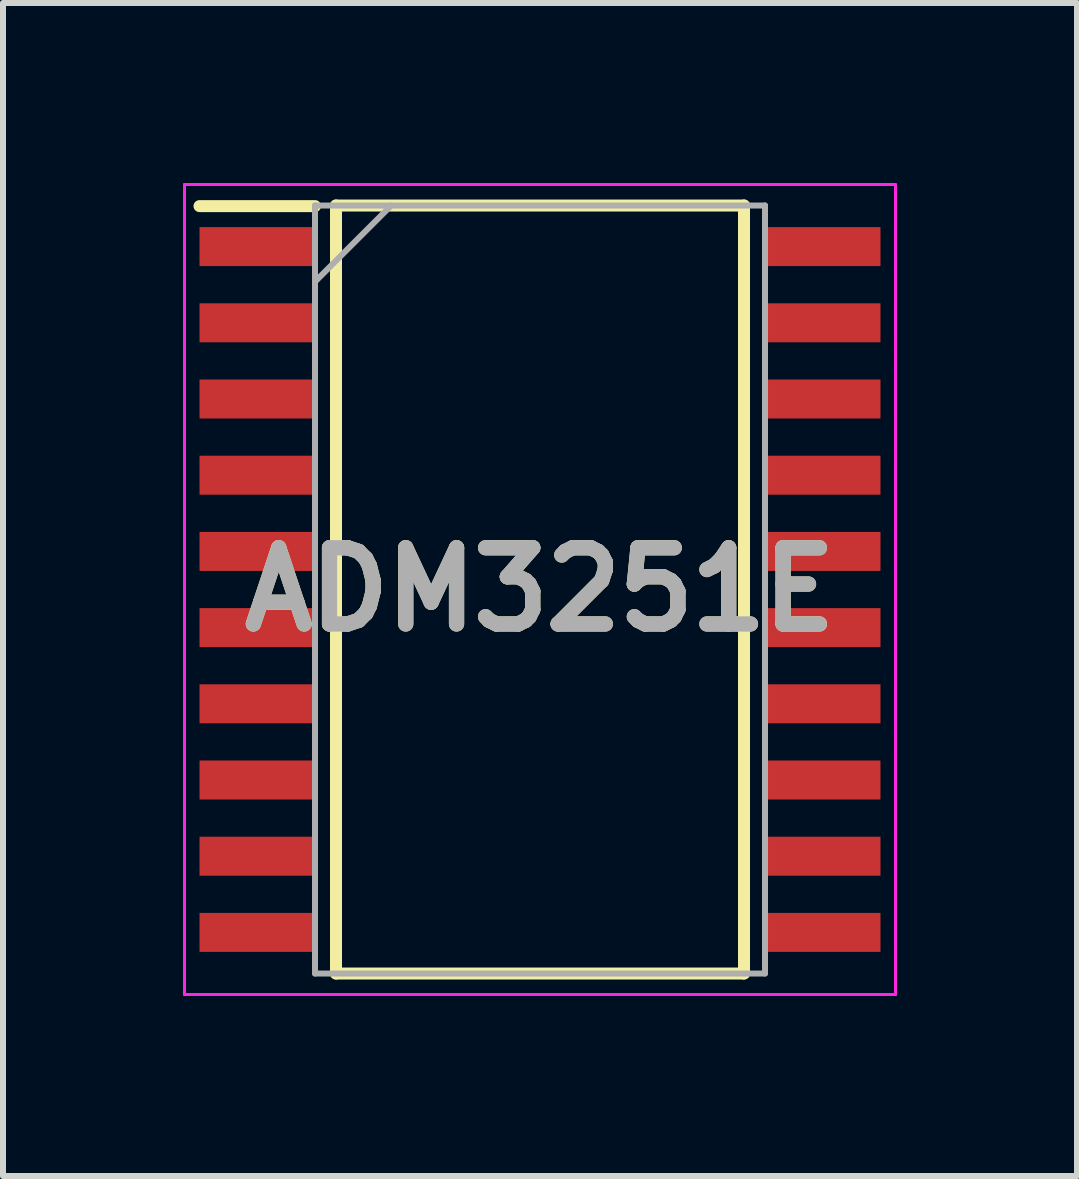
<source format=kicad_pcb>
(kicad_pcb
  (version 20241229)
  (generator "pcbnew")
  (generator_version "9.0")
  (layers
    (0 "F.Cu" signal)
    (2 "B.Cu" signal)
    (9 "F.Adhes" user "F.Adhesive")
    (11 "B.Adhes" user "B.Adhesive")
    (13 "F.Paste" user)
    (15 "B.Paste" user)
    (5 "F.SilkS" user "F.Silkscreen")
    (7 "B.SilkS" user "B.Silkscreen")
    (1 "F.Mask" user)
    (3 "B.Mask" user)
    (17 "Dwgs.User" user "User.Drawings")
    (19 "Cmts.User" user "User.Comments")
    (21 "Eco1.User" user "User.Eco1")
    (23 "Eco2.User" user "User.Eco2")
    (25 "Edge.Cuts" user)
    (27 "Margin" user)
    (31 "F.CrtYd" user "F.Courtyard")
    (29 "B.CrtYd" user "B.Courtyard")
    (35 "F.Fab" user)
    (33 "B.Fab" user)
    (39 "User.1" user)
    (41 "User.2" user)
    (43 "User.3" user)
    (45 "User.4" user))
  (footprint "ADM3251E"
    (layer "F.Cu")
    (at 5.95 6.775)
    (property "Reference" "ADM3251E" (at 0 0 0) (layer "F.SilkS") (effects (font (size 1.27 1.27) (thickness 0.254))))
    (attr smd)
    (fp_line (start -5.675 -6.39) (end -3.75 -6.39) (stroke (width 0.2) (type solid)) (layer "F.SilkS"))
    (fp_line (start -3.4 -6.4) (end 3.4 -6.4) (stroke (width 0.2) (type solid)) (layer "F.SilkS"))
    (fp_line (start -3.4 6.4) (end -3.4 -6.4) (stroke (width 0.2) (type solid)) (layer "F.SilkS"))
    (fp_line (start 3.4 -6.4) (end 3.4 6.4) (stroke (width 0.2) (type solid)) (layer "F.SilkS"))
    (fp_line (start 3.4 6.4) (end -3.4 6.4) (stroke (width 0.2) (type solid)) (layer "F.SilkS"))
    (fp_line (start -5.925 -6.75) (end 5.925 -6.75) (stroke (width 0.05) (type solid)) (layer "F.CrtYd"))
    (fp_line (start -5.925 6.75) (end -5.925 -6.75) (stroke (width 0.05) (type solid)) (layer "F.CrtYd"))
    (fp_line (start 5.925 -6.75) (end 5.925 6.75) (stroke (width 0.05) (type solid)) (layer "F.CrtYd"))
    (fp_line (start 5.925 6.75) (end -5.925 6.75) (stroke (width 0.05) (type solid)) (layer "F.CrtYd"))
    (fp_line (start -3.75 -6.4) (end 3.75 -6.4) (stroke (width 0.1) (type solid)) (layer "F.Fab"))
    (fp_line (start -3.75 -5.13) (end -2.48 -6.4) (stroke (width 0.1) (type solid)) (layer "F.Fab"))
    (fp_line (start -3.75 6.4) (end -3.75 -6.4) (stroke (width 0.1) (type solid)) (layer "F.Fab"))
    (fp_line (start 3.75 -6.4) (end 3.75 6.4) (stroke (width 0.1) (type solid)) (layer "F.Fab"))
    (fp_line (start 3.75 6.4) (end -3.75 6.4) (stroke (width 0.1) (type solid)) (layer "F.Fab"))
    (fp_text user "${REFERENCE}" (at 0 0 0) (layer "F.Fab") (effects (font (size 1.27 1.27) (thickness 0.254))))
    (pad "1" smd rect (at -4.712 -5.715 90) (size 0.65 1.925) (layers "F.Cu" "F.Mask" "F.Paste"))
    (pad "2" smd rect (at -4.712 -4.445 90) (size 0.65 1.925) (layers "F.Cu" "F.Mask" "F.Paste"))
    (pad "3" smd rect (at -4.712 -3.175 90) (size 0.65 1.925) (layers "F.Cu" "F.Mask" "F.Paste"))
    (pad "4" smd rect (at -4.712 -1.905 90) (size 0.65 1.925) (layers "F.Cu" "F.Mask" "F.Paste"))
    (pad "5" smd rect (at -4.712 -0.635 90) (size 0.65 1.925) (layers "F.Cu" "F.Mask" "F.Paste"))
    (pad "6" smd rect (at -4.712 0.635 90) (size 0.65 1.925) (layers "F.Cu" "F.Mask" "F.Paste"))
    (pad "7" smd rect (at -4.712 1.905 90) (size 0.65 1.925) (layers "F.Cu" "F.Mask" "F.Paste"))
    (pad "8" smd rect (at -4.712 3.175 90) (size 0.65 1.925) (layers "F.Cu" "F.Mask" "F.Paste"))
    (pad "9" smd rect (at -4.712 4.445 90) (size 0.65 1.925) (layers "F.Cu" "F.Mask" "F.Paste"))
    (pad "10" smd rect (at -4.712 5.715 90) (size 0.65 1.925) (layers "F.Cu" "F.Mask" "F.Paste"))
    (pad "11" smd rect (at 4.712 5.715 90) (size 0.65 1.925) (layers "F.Cu" "F.Mask" "F.Paste"))
    (pad "12" smd rect (at 4.712 4.445 90) (size 0.65 1.925) (layers "F.Cu" "F.Mask" "F.Paste"))
    (pad "13" smd rect (at 4.712 3.175 90) (size 0.65 1.925) (layers "F.Cu" "F.Mask" "F.Paste"))
    (pad "14" smd rect (at 4.712 1.905 90) (size 0.65 1.925) (layers "F.Cu" "F.Mask" "F.Paste"))
    (pad "15" smd rect (at 4.712 0.635 90) (size 0.65 1.925) (layers "F.Cu" "F.Mask" "F.Paste"))
    (pad "16" smd rect (at 4.712 -0.635 90) (size 0.65 1.925) (layers "F.Cu" "F.Mask" "F.Paste"))
    (pad "17" smd rect (at 4.712 -1.905 90) (size 0.65 1.925) (layers "F.Cu" "F.Mask" "F.Paste"))
    (pad "18" smd rect (at 4.712 -3.175 90) (size 0.65 1.925) (layers "F.Cu" "F.Mask" "F.Paste"))
    (pad "19" smd rect (at 4.712 -4.445 90) (size 0.65 1.925) (layers "F.Cu" "F.Mask" "F.Paste"))
    (pad "20" smd rect (at 4.712 -5.715 90) (size 0.65 1.925) (layers "F.Cu" "F.Mask" "F.Paste")))
  (gr_rect
    (start -3 -3)
    (end 14.9 16.55)
    (stroke (width 0.1) (type default))
    (fill no)
    (layer "Edge.Cuts")))
</source>
